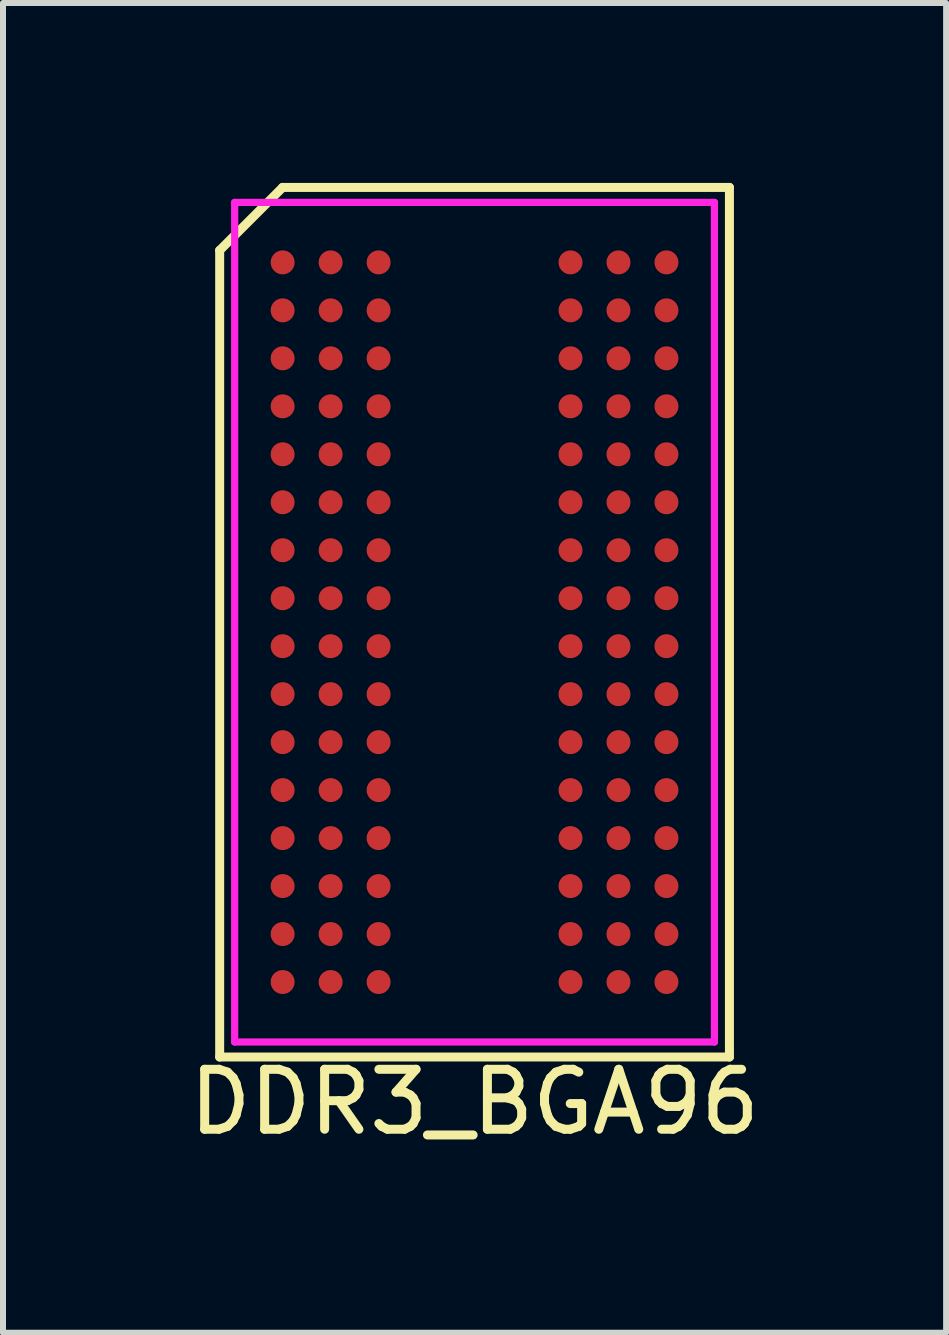
<source format=kicad_pcb>
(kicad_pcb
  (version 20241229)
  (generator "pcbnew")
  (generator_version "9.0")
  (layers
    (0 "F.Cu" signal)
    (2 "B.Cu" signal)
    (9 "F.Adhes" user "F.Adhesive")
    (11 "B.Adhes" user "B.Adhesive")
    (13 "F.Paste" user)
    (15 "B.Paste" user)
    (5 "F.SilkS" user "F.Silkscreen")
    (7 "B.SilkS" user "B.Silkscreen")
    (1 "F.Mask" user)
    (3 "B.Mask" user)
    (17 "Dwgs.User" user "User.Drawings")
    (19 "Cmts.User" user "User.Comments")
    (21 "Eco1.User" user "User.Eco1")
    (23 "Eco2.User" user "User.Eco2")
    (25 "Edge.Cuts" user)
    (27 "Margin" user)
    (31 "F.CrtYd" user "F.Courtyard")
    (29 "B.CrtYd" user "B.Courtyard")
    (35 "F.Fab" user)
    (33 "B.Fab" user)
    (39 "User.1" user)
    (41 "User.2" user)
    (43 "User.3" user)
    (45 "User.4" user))
  (footprint "DDR3_BGA96"
    (layer "F.Cu")
    (at 4.863 7.325)
    (property "Reference" "DDR3_BGA96" (at 0 8 0) (layer "F.SilkS") (effects (font (size 1 1) (thickness 0.15))))
    (attr through_hole)
    (fp_line (start -4.25 -6.2) (end -4.25 7.25) (stroke (width 0.15) (type solid)) (layer "F.SilkS"))
    (fp_line (start -4.25 7.25) (end 4.25 7.25) (stroke (width 0.15) (type solid)) (layer "F.SilkS"))
    (fp_line (start -3.2 -7.25) (end -4.25 -6.2) (stroke (width 0.15) (type solid)) (layer "F.SilkS"))
    (fp_line (start 4.25 -7.25) (end -3.2 -7.25) (stroke (width 0.15) (type solid)) (layer "F.SilkS"))
    (fp_line (start 4.25 7.25) (end 4.25 -7.25) (stroke (width 0.15) (type solid)) (layer "F.SilkS"))
    (fp_line (start -4 -7) (end 4 -7) (stroke (width 0.12) (type solid)) (layer "F.CrtYd"))
    (fp_line (start -4 7) (end -4 -7) (stroke (width 0.12) (type solid)) (layer "F.CrtYd"))
    (fp_line (start 4 -7) (end 4 7) (stroke (width 0.12) (type solid)) (layer "F.CrtYd"))
    (fp_line (start 4 7) (end -4 7) (stroke (width 0.12) (type solid)) (layer "F.CrtYd"))
    (pad "A1" smd circle (at -3.2 -6) (size 0.4 0.4) (layers "F.Cu" "F.Mask" "F.Paste"))
    (pad "A2" smd circle (at -2.4 -6) (size 0.4 0.4) (layers "F.Cu" "F.Mask" "F.Paste"))
    (pad "A3" smd circle (at -1.6 -6) (size 0.4 0.4) (layers "F.Cu" "F.Mask" "F.Paste"))
    (pad "A7" smd circle (at 1.6 -6) (size 0.4 0.4) (layers "F.Cu" "F.Mask" "F.Paste"))
    (pad "A8" smd circle (at 2.4 -6) (size 0.4 0.4) (layers "F.Cu" "F.Mask" "F.Paste"))
    (pad "A9" smd circle (at 3.2 -6) (size 0.4 0.4) (layers "F.Cu" "F.Mask" "F.Paste"))
    (pad "B1" smd circle (at -3.2 -5.2) (size 0.4 0.4) (layers "F.Cu" "F.Mask" "F.Paste"))
    (pad "B2" smd circle (at -2.4 -5.2) (size 0.4 0.4) (layers "F.Cu" "F.Mask" "F.Paste"))
    (pad "B3" smd circle (at -1.6 -5.2) (size 0.4 0.4) (layers "F.Cu" "F.Mask" "F.Paste"))
    (pad "B7" smd circle (at 1.6 -5.2) (size 0.4 0.4) (layers "F.Cu" "F.Mask" "F.Paste"))
    (pad "B8" smd circle (at 2.4 -5.2) (size 0.4 0.4) (layers "F.Cu" "F.Mask" "F.Paste"))
    (pad "B9" smd circle (at 3.2 -5.2) (size 0.4 0.4) (layers "F.Cu" "F.Mask" "F.Paste"))
    (pad "C1" smd circle (at -3.2 -4.4) (size 0.4 0.4) (layers "F.Cu" "F.Mask" "F.Paste"))
    (pad "C2" smd circle (at -2.4 -4.4) (size 0.4 0.4) (layers "F.Cu" "F.Mask" "F.Paste"))
    (pad "C3" smd circle (at -1.6 -4.4) (size 0.4 0.4) (layers "F.Cu" "F.Mask" "F.Paste"))
    (pad "C7" smd circle (at 1.6 -4.4) (size 0.4 0.4) (layers "F.Cu" "F.Mask" "F.Paste"))
    (pad "C8" smd circle (at 2.4 -4.4) (size 0.4 0.4) (layers "F.Cu" "F.Mask" "F.Paste"))
    (pad "C9" smd circle (at 3.2 -4.4) (size 0.4 0.4) (layers "F.Cu" "F.Mask" "F.Paste"))
    (pad "D1" smd circle (at -3.2 -3.6) (size 0.4 0.4) (layers "F.Cu" "F.Mask" "F.Paste"))
    (pad "D2" smd circle (at -2.4 -3.6) (size 0.4 0.4) (layers "F.Cu" "F.Mask" "F.Paste"))
    (pad "D3" smd circle (at -1.6 -3.6) (size 0.4 0.4) (layers "F.Cu" "F.Mask" "F.Paste"))
    (pad "D7" smd circle (at 1.6 -3.6) (size 0.4 0.4) (layers "F.Cu" "F.Mask" "F.Paste"))
    (pad "D8" smd circle (at 2.4 -3.6) (size 0.4 0.4) (layers "F.Cu" "F.Mask" "F.Paste"))
    (pad "D9" smd circle (at 3.2 -3.6) (size 0.4 0.4) (layers "F.Cu" "F.Mask" "F.Paste"))
    (pad "E1" smd circle (at -3.2 -2.8) (size 0.4 0.4) (layers "F.Cu" "F.Mask" "F.Paste"))
    (pad "E2" smd circle (at -2.4 -2.8) (size 0.4 0.4) (layers "F.Cu" "F.Mask" "F.Paste"))
    (pad "E3" smd circle (at -1.6 -2.8) (size 0.4 0.4) (layers "F.Cu" "F.Mask" "F.Paste"))
    (pad "E7" smd circle (at 1.6 -2.8) (size 0.4 0.4) (layers "F.Cu" "F.Mask" "F.Paste"))
    (pad "E8" smd circle (at 2.4 -2.8) (size 0.4 0.4) (layers "F.Cu" "F.Mask" "F.Paste"))
    (pad "E9" smd circle (at 3.2 -2.8) (size 0.4 0.4) (layers "F.Cu" "F.Mask" "F.Paste"))
    (pad "F1" smd circle (at -3.2 -2) (size 0.4 0.4) (layers "F.Cu" "F.Mask" "F.Paste"))
    (pad "F2" smd circle (at -2.4 -2) (size 0.4 0.4) (layers "F.Cu" "F.Mask" "F.Paste"))
    (pad "F3" smd circle (at -1.6 -2) (size 0.4 0.4) (layers "F.Cu" "F.Mask" "F.Paste"))
    (pad "F7" smd circle (at 1.6 -2) (size 0.4 0.4) (layers "F.Cu" "F.Mask" "F.Paste"))
    (pad "F8" smd circle (at 2.4 -2) (size 0.4 0.4) (layers "F.Cu" "F.Mask" "F.Paste"))
    (pad "F9" smd circle (at 3.2 -2) (size 0.4 0.4) (layers "F.Cu" "F.Mask" "F.Paste"))
    (pad "G1" smd circle (at -3.2 -1.2) (size 0.4 0.4) (layers "F.Cu" "F.Mask" "F.Paste"))
    (pad "G2" smd circle (at -2.4 -1.2) (size 0.4 0.4) (layers "F.Cu" "F.Mask" "F.Paste"))
    (pad "G3" smd circle (at -1.6 -1.2) (size 0.4 0.4) (layers "F.Cu" "F.Mask" "F.Paste"))
    (pad "G7" smd circle (at 1.6 -1.2) (size 0.4 0.4) (layers "F.Cu" "F.Mask" "F.Paste"))
    (pad "G8" smd circle (at 2.4 -1.2) (size 0.4 0.4) (layers "F.Cu" "F.Mask" "F.Paste"))
    (pad "G9" smd circle (at 3.2 -1.2) (size 0.4 0.4) (layers "F.Cu" "F.Mask" "F.Paste"))
    (pad "H1" smd circle (at -3.2 -0.4) (size 0.4 0.4) (layers "F.Cu" "F.Mask" "F.Paste"))
    (pad "H2" smd circle (at -2.4 -0.4) (size 0.4 0.4) (layers "F.Cu" "F.Mask" "F.Paste"))
    (pad "H3" smd circle (at -1.6 -0.4) (size 0.4 0.4) (layers "F.Cu" "F.Mask" "F.Paste"))
    (pad "H7" smd circle (at 1.6 -0.4) (size 0.4 0.4) (layers "F.Cu" "F.Mask" "F.Paste"))
    (pad "H8" smd circle (at 2.4 -0.4) (size 0.4 0.4) (layers "F.Cu" "F.Mask" "F.Paste"))
    (pad "H9" smd circle (at 3.2 -0.4) (size 0.4 0.4) (layers "F.Cu" "F.Mask" "F.Paste"))
    (pad "J1" smd circle (at -3.2 0.4) (size 0.4 0.4) (layers "F.Cu" "F.Mask" "F.Paste"))
    (pad "J2" smd circle (at -2.4 0.4) (size 0.4 0.4) (layers "F.Cu" "F.Mask" "F.Paste"))
    (pad "J3" smd circle (at -1.6 0.4) (size 0.4 0.4) (layers "F.Cu" "F.Mask" "F.Paste"))
    (pad "J7" smd circle (at 1.6 0.4) (size 0.4 0.4) (layers "F.Cu" "F.Mask" "F.Paste"))
    (pad "J8" smd circle (at 2.4 0.4) (size 0.4 0.4) (layers "F.Cu" "F.Mask" "F.Paste"))
    (pad "J9" smd circle (at 3.2 0.4) (size 0.4 0.4) (layers "F.Cu" "F.Mask" "F.Paste"))
    (pad "K1" smd circle (at -3.2 1.2) (size 0.4 0.4) (layers "F.Cu" "F.Mask" "F.Paste"))
    (pad "K2" smd circle (at -2.4 1.2) (size 0.4 0.4) (layers "F.Cu" "F.Mask" "F.Paste"))
    (pad "K3" smd circle (at -1.6 1.2) (size 0.4 0.4) (layers "F.Cu" "F.Mask" "F.Paste"))
    (pad "K7" smd circle (at 1.6 1.2) (size 0.4 0.4) (layers "F.Cu" "F.Mask" "F.Paste"))
    (pad "K8" smd circle (at 2.4 1.2) (size 0.4 0.4) (layers "F.Cu" "F.Mask" "F.Paste"))
    (pad "K9" smd circle (at 3.2 1.2) (size 0.4 0.4) (layers "F.Cu" "F.Mask" "F.Paste"))
    (pad "L1" smd circle (at -3.2 2) (size 0.4 0.4) (layers "F.Cu" "F.Mask" "F.Paste"))
    (pad "L2" smd circle (at -2.4 2) (size 0.4 0.4) (layers "F.Cu" "F.Mask" "F.Paste"))
    (pad "L3" smd circle (at -1.6 2) (size 0.4 0.4) (layers "F.Cu" "F.Mask" "F.Paste"))
    (pad "L7" smd circle (at 1.6 2) (size 0.4 0.4) (layers "F.Cu" "F.Mask" "F.Paste"))
    (pad "L8" smd circle (at 2.4 2) (size 0.4 0.4) (layers "F.Cu" "F.Mask" "F.Paste"))
    (pad "L9" smd circle (at 3.2 2) (size 0.4 0.4) (layers "F.Cu" "F.Mask" "F.Paste"))
    (pad "M1" smd circle (at -3.2 2.8) (size 0.4 0.4) (layers "F.Cu" "F.Mask" "F.Paste"))
    (pad "M2" smd circle (at -2.4 2.8) (size 0.4 0.4) (layers "F.Cu" "F.Mask" "F.Paste"))
    (pad "M3" smd circle (at -1.6 2.8) (size 0.4 0.4) (layers "F.Cu" "F.Mask" "F.Paste"))
    (pad "M7" smd circle (at 1.6 2.8) (size 0.4 0.4) (layers "F.Cu" "F.Mask" "F.Paste"))
    (pad "M8" smd circle (at 2.4 2.8) (size 0.4 0.4) (layers "F.Cu" "F.Mask" "F.Paste"))
    (pad "M9" smd circle (at 3.2 2.8) (size 0.4 0.4) (layers "F.Cu" "F.Mask" "F.Paste"))
    (pad "N1" smd circle (at -3.2 3.6) (size 0.4 0.4) (layers "F.Cu" "F.Mask" "F.Paste"))
    (pad "N2" smd circle (at -2.4 3.6) (size 0.4 0.4) (layers "F.Cu" "F.Mask" "F.Paste"))
    (pad "N3" smd circle (at -1.6 3.6) (size 0.4 0.4) (layers "F.Cu" "F.Mask" "F.Paste"))
    (pad "N7" smd circle (at 1.6 3.6) (size 0.4 0.4) (layers "F.Cu" "F.Mask" "F.Paste"))
    (pad "N8" smd circle (at 2.4 3.6) (size 0.4 0.4) (layers "F.Cu" "F.Mask" "F.Paste"))
    (pad "N9" smd circle (at 3.2 3.6) (size 0.4 0.4) (layers "F.Cu" "F.Mask" "F.Paste"))
    (pad "P1" smd circle (at -3.2 4.4) (size 0.4 0.4) (layers "F.Cu" "F.Mask" "F.Paste"))
    (pad "P2" smd circle (at -2.4 4.4) (size 0.4 0.4) (layers "F.Cu" "F.Mask" "F.Paste"))
    (pad "P3" smd circle (at -1.6 4.4) (size 0.4 0.4) (layers "F.Cu" "F.Mask" "F.Paste"))
    (pad "P7" smd circle (at 1.6 4.4) (size 0.4 0.4) (layers "F.Cu" "F.Mask" "F.Paste"))
    (pad "P8" smd circle (at 2.4 4.4) (size 0.4 0.4) (layers "F.Cu" "F.Mask" "F.Paste"))
    (pad "P9" smd circle (at 3.2 4.4) (size 0.4 0.4) (layers "F.Cu" "F.Mask" "F.Paste"))
    (pad "R1" smd circle (at -3.2 5.2) (size 0.4 0.4) (layers "F.Cu" "F.Mask" "F.Paste"))
    (pad "R2" smd circle (at -2.4 5.2) (size 0.4 0.4) (layers "F.Cu" "F.Mask" "F.Paste"))
    (pad "R3" smd circle (at -1.6 5.2) (size 0.4 0.4) (layers "F.Cu" "F.Mask" "F.Paste"))
    (pad "R7" smd circle (at 1.6 5.2) (size 0.4 0.4) (layers "F.Cu" "F.Mask" "F.Paste"))
    (pad "R8" smd circle (at 2.4 5.2) (size 0.4 0.4) (layers "F.Cu" "F.Mask" "F.Paste"))
    (pad "R9" smd circle (at 3.2 5.2) (size 0.4 0.4) (layers "F.Cu" "F.Mask" "F.Paste"))
    (pad "T1" smd circle (at -3.2 6) (size 0.4 0.4) (layers "F.Cu" "F.Mask" "F.Paste"))
    (pad "T2" smd circle (at -2.4 6) (size 0.4 0.4) (layers "F.Cu" "F.Mask" "F.Paste"))
    (pad "T3" smd circle (at -1.6 6) (size 0.4 0.4) (layers "F.Cu" "F.Mask" "F.Paste"))
    (pad "T7" smd circle (at 1.6 6) (size 0.4 0.4) (layers "F.Cu" "F.Mask" "F.Paste"))
    (pad "T8" smd circle (at 2.4 6) (size 0.4 0.4) (layers "F.Cu" "F.Mask" "F.Paste"))
    (pad "T9" smd circle (at 3.2 6) (size 0.4 0.4) (layers "F.Cu" "F.Mask" "F.Paste")))
  (gr_rect
    (start -3 -3)
    (end 12.726 19.173)
    (stroke (width 0.1) (type default))
    (fill no)
    (layer "Edge.Cuts")))
</source>
